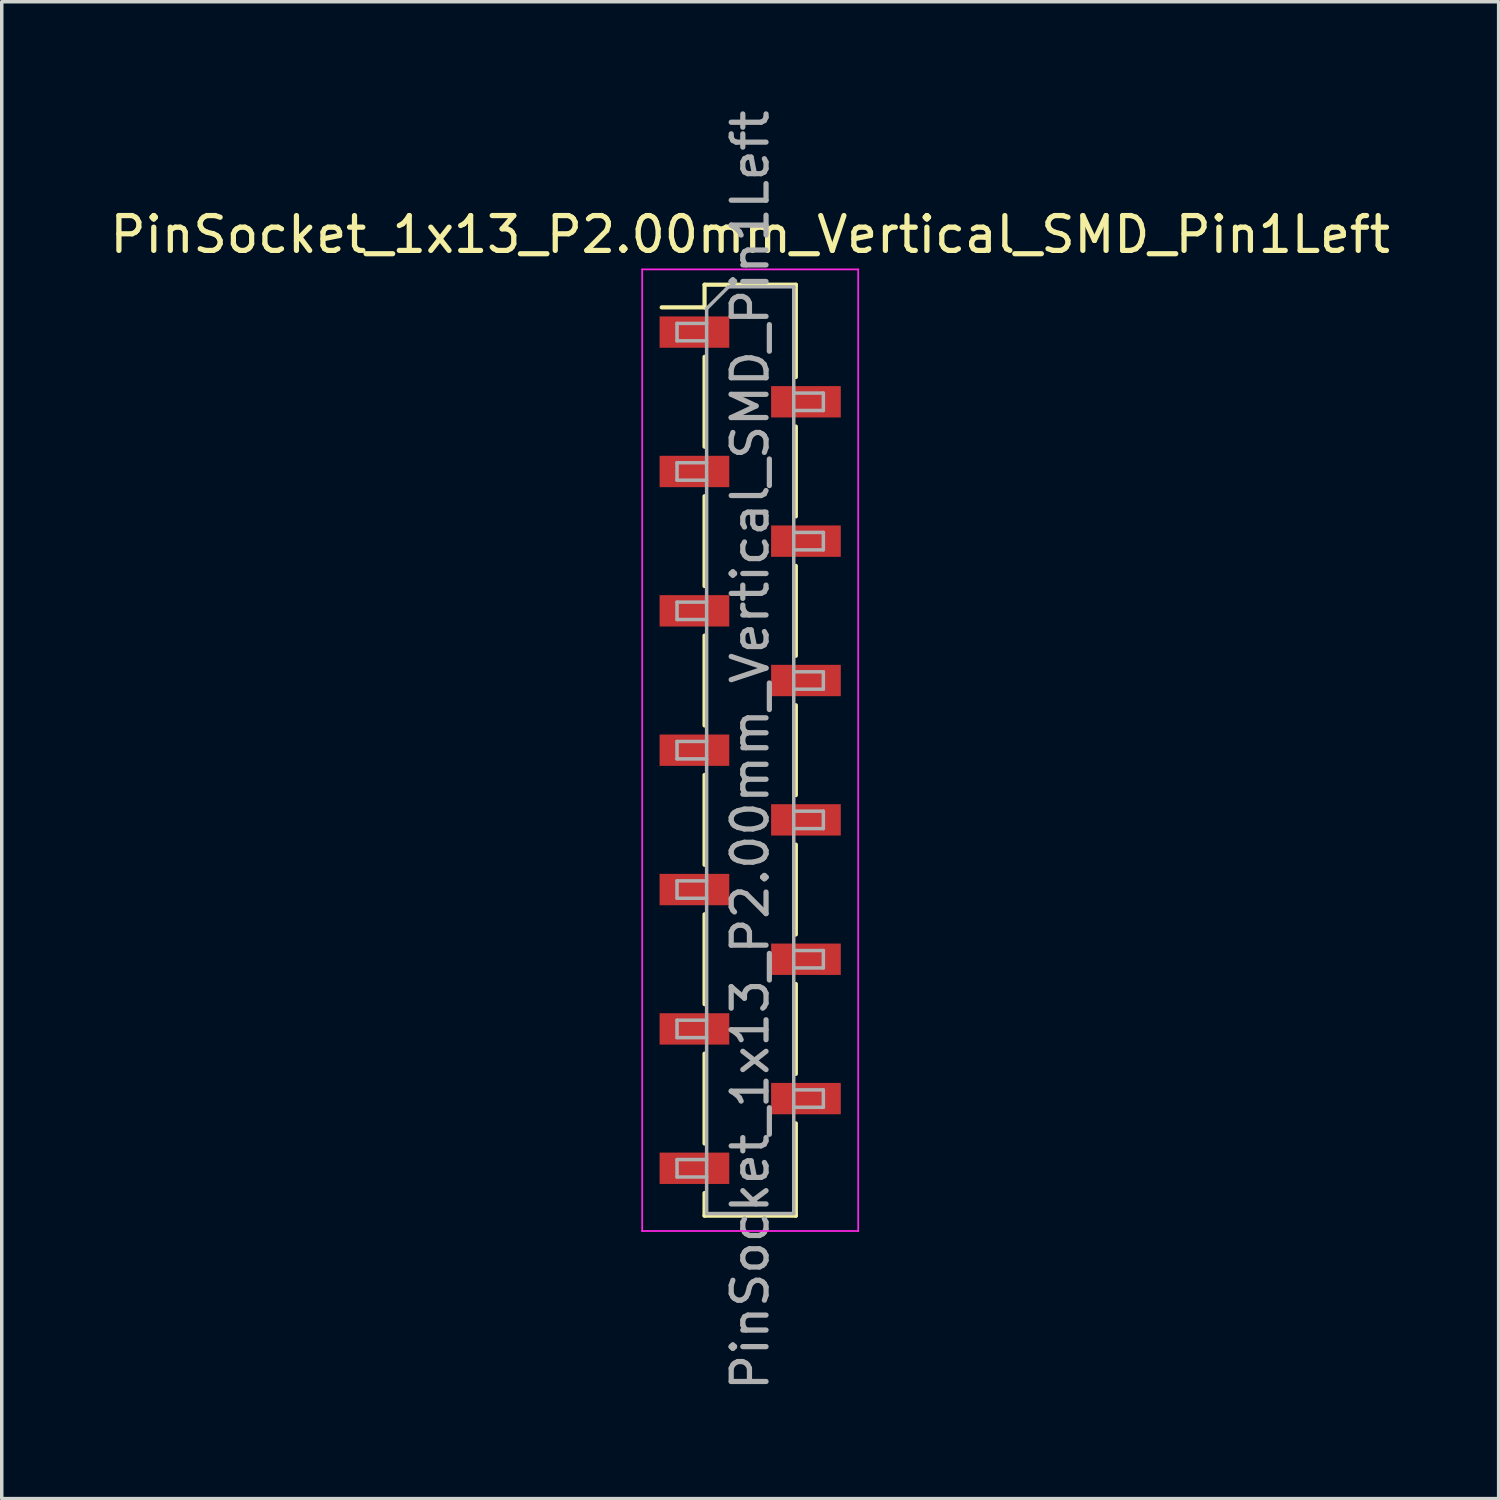
<source format=kicad_pcb>
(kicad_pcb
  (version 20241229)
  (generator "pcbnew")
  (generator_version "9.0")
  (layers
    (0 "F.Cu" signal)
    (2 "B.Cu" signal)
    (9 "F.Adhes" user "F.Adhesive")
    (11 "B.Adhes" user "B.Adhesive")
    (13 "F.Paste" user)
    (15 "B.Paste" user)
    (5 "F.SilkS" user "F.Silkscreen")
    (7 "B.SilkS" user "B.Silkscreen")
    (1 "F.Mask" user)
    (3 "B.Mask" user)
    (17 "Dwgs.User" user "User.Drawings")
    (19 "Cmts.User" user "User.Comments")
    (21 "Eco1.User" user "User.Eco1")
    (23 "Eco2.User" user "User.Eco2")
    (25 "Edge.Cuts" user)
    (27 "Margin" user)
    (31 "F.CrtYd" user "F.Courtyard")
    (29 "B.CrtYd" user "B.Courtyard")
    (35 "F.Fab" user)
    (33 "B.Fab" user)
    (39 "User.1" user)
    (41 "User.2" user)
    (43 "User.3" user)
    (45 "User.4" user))
  (footprint "PinSocket_1x13_P2.00mm_Vertical_SMD_Pin1Left"
    (layer "F.Cu")
    (at 18.482 18.482)
    (property "Reference" "PinSocket_1x13_P2.00mm_Vertical_SMD_Pin1Left" (at 0 -14.8 0) (layer "F.SilkS") (effects (font (size 1 1) (thickness 0.15))))
    (attr smd)
    (fp_line (start -2.54 -12.71) (end -1.31 -12.71) (stroke (width 0.12) (type solid)) (layer "F.SilkS"))
    (fp_line (start -1.31 -13.36) (end -1.31 -12.71) (stroke (width 0.12) (type solid)) (layer "F.SilkS"))
    (fp_line (start -1.31 -13.36) (end 1.31 -13.36) (stroke (width 0.12) (type solid)) (layer "F.SilkS"))
    (fp_line (start -1.31 -11.29) (end -1.31 -8.71) (stroke (width 0.12) (type solid)) (layer "F.SilkS"))
    (fp_line (start -1.31 -7.29) (end -1.31 -4.71) (stroke (width 0.12) (type solid)) (layer "F.SilkS"))
    (fp_line (start -1.31 -3.29) (end -1.31 -0.71) (stroke (width 0.12) (type solid)) (layer "F.SilkS"))
    (fp_line (start -1.31 0.71) (end -1.31 3.29) (stroke (width 0.12) (type solid)) (layer "F.SilkS"))
    (fp_line (start -1.31 4.71) (end -1.31 7.29) (stroke (width 0.12) (type solid)) (layer "F.SilkS"))
    (fp_line (start -1.31 8.71) (end -1.31 11.29) (stroke (width 0.12) (type solid)) (layer "F.SilkS"))
    (fp_line (start -1.31 12.71) (end -1.31 13.36) (stroke (width 0.12) (type solid)) (layer "F.SilkS"))
    (fp_line (start -1.31 13.36) (end 1.31 13.36) (stroke (width 0.12) (type solid)) (layer "F.SilkS"))
    (fp_line (start 1.31 -13.36) (end 1.31 -10.71) (stroke (width 0.12) (type solid)) (layer "F.SilkS"))
    (fp_line (start 1.31 -9.29) (end 1.31 -6.71) (stroke (width 0.12) (type solid)) (layer "F.SilkS"))
    (fp_line (start 1.31 -5.29) (end 1.31 -2.71) (stroke (width 0.12) (type solid)) (layer "F.SilkS"))
    (fp_line (start 1.31 -1.29) (end 1.31 1.29) (stroke (width 0.12) (type solid)) (layer "F.SilkS"))
    (fp_line (start 1.31 2.71) (end 1.31 5.29) (stroke (width 0.12) (type solid)) (layer "F.SilkS"))
    (fp_line (start 1.31 6.71) (end 1.31 9.29) (stroke (width 0.12) (type solid)) (layer "F.SilkS"))
    (fp_line (start 1.31 10.71) (end 1.31 13.36) (stroke (width 0.12) (type solid)) (layer "F.SilkS"))
    (fp_line (start -3.1 -13.8) (end 3.1 -13.8) (stroke (width 0.05) (type solid)) (layer "F.CrtYd"))
    (fp_line (start -3.1 13.8) (end -3.1 -13.8) (stroke (width 0.05) (type solid)) (layer "F.CrtYd"))
    (fp_line (start 3.1 -13.8) (end 3.1 13.8) (stroke (width 0.05) (type solid)) (layer "F.CrtYd"))
    (fp_line (start 3.1 13.8) (end -3.1 13.8) (stroke (width 0.05) (type solid)) (layer "F.CrtYd"))
    (fp_line (start -2.1 -12.25) (end -1.25 -12.25) (stroke (width 0.1) (type solid)) (layer "F.Fab"))
    (fp_line (start -2.1 -11.75) (end -2.1 -12.25) (stroke (width 0.1) (type solid)) (layer "F.Fab"))
    (fp_line (start -2.1 -8.25) (end -1.25 -8.25) (stroke (width 0.1) (type solid)) (layer "F.Fab"))
    (fp_line (start -2.1 -7.75) (end -2.1 -8.25) (stroke (width 0.1) (type solid)) (layer "F.Fab"))
    (fp_line (start -2.1 -4.25) (end -1.25 -4.25) (stroke (width 0.1) (type solid)) (layer "F.Fab"))
    (fp_line (start -2.1 -3.75) (end -2.1 -4.25) (stroke (width 0.1) (type solid)) (layer "F.Fab"))
    (fp_line (start -2.1 -0.25) (end -1.25 -0.25) (stroke (width 0.1) (type solid)) (layer "F.Fab"))
    (fp_line (start -2.1 0.25) (end -2.1 -0.25) (stroke (width 0.1) (type solid)) (layer "F.Fab"))
    (fp_line (start -2.1 3.75) (end -1.25 3.75) (stroke (width 0.1) (type solid)) (layer "F.Fab"))
    (fp_line (start -2.1 4.25) (end -2.1 3.75) (stroke (width 0.1) (type solid)) (layer "F.Fab"))
    (fp_line (start -2.1 7.75) (end -1.25 7.75) (stroke (width 0.1) (type solid)) (layer "F.Fab"))
    (fp_line (start -2.1 8.25) (end -2.1 7.75) (stroke (width 0.1) (type solid)) (layer "F.Fab"))
    (fp_line (start -2.1 11.75) (end -1.25 11.75) (stroke (width 0.1) (type solid)) (layer "F.Fab"))
    (fp_line (start -2.1 12.25) (end -2.1 11.75) (stroke (width 0.1) (type solid)) (layer "F.Fab"))
    (fp_line (start -1.25 -12.675) (end -0.625 -13.3) (stroke (width 0.1) (type solid)) (layer "F.Fab"))
    (fp_line (start -1.25 -11.75) (end -2.1 -11.75) (stroke (width 0.1) (type solid)) (layer "F.Fab"))
    (fp_line (start -1.25 -7.75) (end -2.1 -7.75) (stroke (width 0.1) (type solid)) (layer "F.Fab"))
    (fp_line (start -1.25 -3.75) (end -2.1 -3.75) (stroke (width 0.1) (type solid)) (layer "F.Fab"))
    (fp_line (start -1.25 0.25) (end -2.1 0.25) (stroke (width 0.1) (type solid)) (layer "F.Fab"))
    (fp_line (start -1.25 4.25) (end -2.1 4.25) (stroke (width 0.1) (type solid)) (layer "F.Fab"))
    (fp_line (start -1.25 8.25) (end -2.1 8.25) (stroke (width 0.1) (type solid)) (layer "F.Fab"))
    (fp_line (start -1.25 12.25) (end -2.1 12.25) (stroke (width 0.1) (type solid)) (layer "F.Fab"))
    (fp_line (start -1.25 13.3) (end -1.25 -12.675) (stroke (width 0.1) (type solid)) (layer "F.Fab"))
    (fp_line (start -0.625 -13.3) (end 1.25 -13.3) (stroke (width 0.1) (type solid)) (layer "F.Fab"))
    (fp_line (start 1.25 -13.3) (end 1.25 13.3) (stroke (width 0.1) (type solid)) (layer "F.Fab"))
    (fp_line (start 1.25 -10.25) (end 2.1 -10.25) (stroke (width 0.1) (type solid)) (layer "F.Fab"))
    (fp_line (start 1.25 -6.25) (end 2.1 -6.25) (stroke (width 0.1) (type solid)) (layer "F.Fab"))
    (fp_line (start 1.25 -2.25) (end 2.1 -2.25) (stroke (width 0.1) (type solid)) (layer "F.Fab"))
    (fp_line (start 1.25 1.75) (end 2.1 1.75) (stroke (width 0.1) (type solid)) (layer "F.Fab"))
    (fp_line (start 1.25 5.75) (end 2.1 5.75) (stroke (width 0.1) (type solid)) (layer "F.Fab"))
    (fp_line (start 1.25 9.75) (end 2.1 9.75) (stroke (width 0.1) (type solid)) (layer "F.Fab"))
    (fp_line (start 1.25 13.3) (end -1.25 13.3) (stroke (width 0.1) (type solid)) (layer "F.Fab"))
    (fp_line (start 2.1 -10.25) (end 2.1 -9.75) (stroke (width 0.1) (type solid)) (layer "F.Fab"))
    (fp_line (start 2.1 -9.75) (end 1.25 -9.75) (stroke (width 0.1) (type solid)) (layer "F.Fab"))
    (fp_line (start 2.1 -6.25) (end 2.1 -5.75) (stroke (width 0.1) (type solid)) (layer "F.Fab"))
    (fp_line (start 2.1 -5.75) (end 1.25 -5.75) (stroke (width 0.1) (type solid)) (layer "F.Fab"))
    (fp_line (start 2.1 -2.25) (end 2.1 -1.75) (stroke (width 0.1) (type solid)) (layer "F.Fab"))
    (fp_line (start 2.1 -1.75) (end 1.25 -1.75) (stroke (width 0.1) (type solid)) (layer "F.Fab"))
    (fp_line (start 2.1 1.75) (end 2.1 2.25) (stroke (width 0.1) (type solid)) (layer "F.Fab"))
    (fp_line (start 2.1 2.25) (end 1.25 2.25) (stroke (width 0.1) (type solid)) (layer "F.Fab"))
    (fp_line (start 2.1 5.75) (end 2.1 6.25) (stroke (width 0.1) (type solid)) (layer "F.Fab"))
    (fp_line (start 2.1 6.25) (end 1.25 6.25) (stroke (width 0.1) (type solid)) (layer "F.Fab"))
    (fp_line (start 2.1 9.75) (end 2.1 10.25) (stroke (width 0.1) (type solid)) (layer "F.Fab"))
    (fp_line (start 2.1 10.25) (end 1.25 10.25) (stroke (width 0.1) (type solid)) (layer "F.Fab"))
    (fp_text user "${REFERENCE}" (at 0 0 90) (layer "F.Fab") (effects (font (size 1 1) (thickness 0.15))))
    (pad "1" smd rect (at -1.6 -12) (size 2 0.9) (layers "F.Cu" "F.Mask" "F.Paste"))
    (pad "2" smd rect (at 1.6 -10) (size 2 0.9) (layers "F.Cu" "F.Mask" "F.Paste"))
    (pad "3" smd rect (at -1.6 -8) (size 2 0.9) (layers "F.Cu" "F.Mask" "F.Paste"))
    (pad "4" smd rect (at 1.6 -6) (size 2 0.9) (layers "F.Cu" "F.Mask" "F.Paste"))
    (pad "5" smd rect (at -1.6 -4) (size 2 0.9) (layers "F.Cu" "F.Mask" "F.Paste"))
    (pad "6" smd rect (at 1.6 -2) (size 2 0.9) (layers "F.Cu" "F.Mask" "F.Paste"))
    (pad "7" smd rect (at -1.6 0) (size 2 0.9) (layers "F.Cu" "F.Mask" "F.Paste"))
    (pad "8" smd rect (at 1.6 2) (size 2 0.9) (layers "F.Cu" "F.Mask" "F.Paste"))
    (pad "9" smd rect (at -1.6 4) (size 2 0.9) (layers "F.Cu" "F.Mask" "F.Paste"))
    (pad "10" smd rect (at 1.6 6) (size 2 0.9) (layers "F.Cu" "F.Mask" "F.Paste"))
    (pad "11" smd rect (at -1.6 8) (size 2 0.9) (layers "F.Cu" "F.Mask" "F.Paste"))
    (pad "12" smd rect (at 1.6 10) (size 2 0.9) (layers "F.Cu" "F.Mask" "F.Paste"))
    (pad "13" smd rect (at -1.6 12) (size 2 0.9) (layers "F.Cu" "F.Mask" "F.Paste")))
  (gr_rect
    (start -3 -3)
    (end 39.964 39.964)
    (stroke (width 0.1) (type default))
    (fill no)
    (layer "Edge.Cuts")))
</source>
